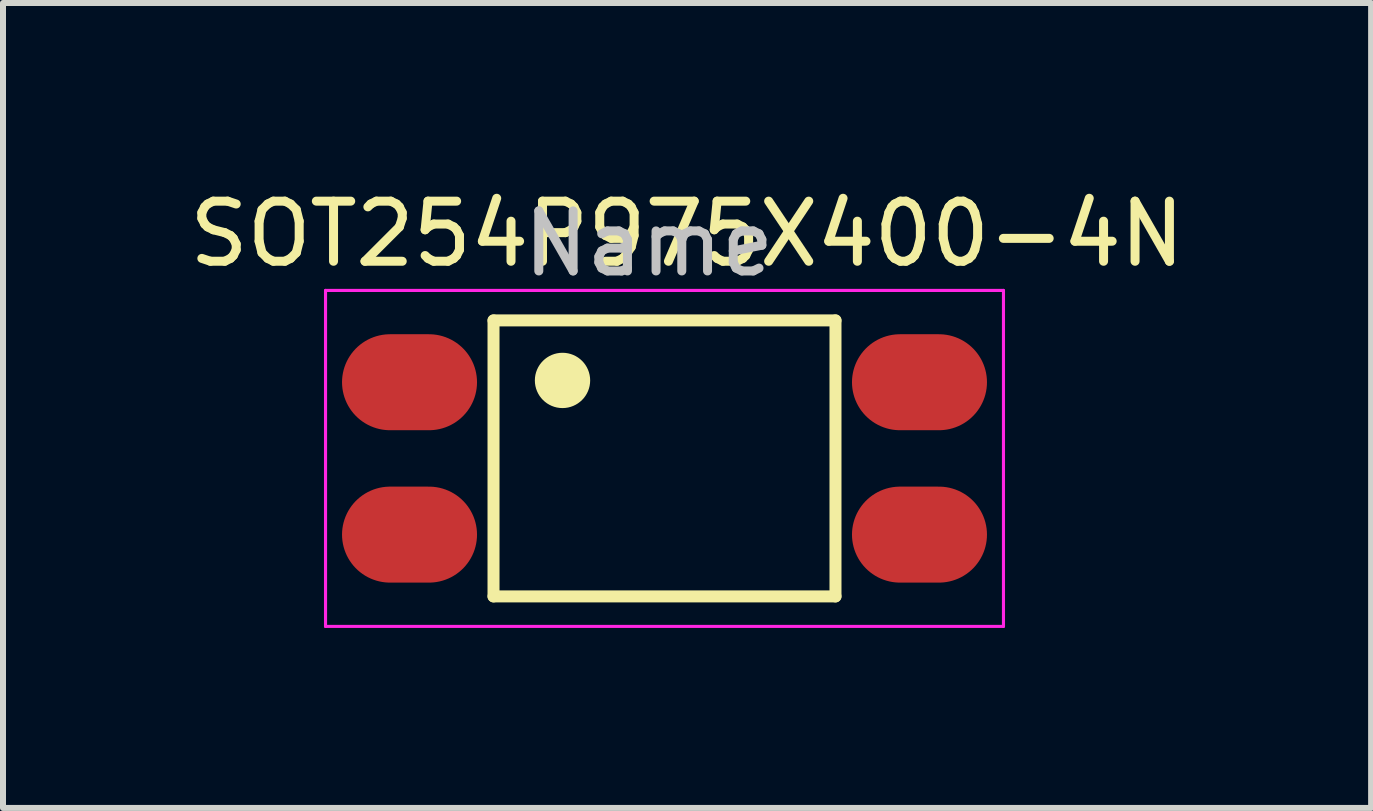
<source format=kicad_pcb>
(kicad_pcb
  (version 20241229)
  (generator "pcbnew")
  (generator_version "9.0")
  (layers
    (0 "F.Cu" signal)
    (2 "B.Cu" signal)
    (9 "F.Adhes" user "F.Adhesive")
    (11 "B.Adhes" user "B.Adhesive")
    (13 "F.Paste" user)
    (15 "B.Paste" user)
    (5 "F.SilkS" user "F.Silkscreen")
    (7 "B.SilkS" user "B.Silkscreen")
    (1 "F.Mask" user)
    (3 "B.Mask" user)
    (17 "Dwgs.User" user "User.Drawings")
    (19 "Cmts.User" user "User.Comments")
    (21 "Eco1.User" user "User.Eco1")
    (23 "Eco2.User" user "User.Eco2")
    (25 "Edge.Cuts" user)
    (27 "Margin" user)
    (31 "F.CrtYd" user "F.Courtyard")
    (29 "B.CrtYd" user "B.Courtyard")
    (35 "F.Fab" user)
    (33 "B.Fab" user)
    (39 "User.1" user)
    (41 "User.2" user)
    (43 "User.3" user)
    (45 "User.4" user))
  (footprint "SOT254P975X400-4N"
    (layer "F.Cu")
    (at 8.026 4.591)
    (property "Reference" "SOT254P975X400-4N" (at 0.376 -3.742 0) (layer "F.SilkS") (effects (font (size 1.002 1.002) (thickness 0.15))))
    (attr smd)
    (fp_line (start -2.85 -2.3) (end 2.85 -2.3) (stroke (width 0.2) (type solid)) (layer "F.SilkS"))
    (fp_line (start -2.85 2.3) (end -2.85 -2.3) (stroke (width 0.2) (type solid)) (layer "F.SilkS"))
    (fp_line (start 2.85 -2.3) (end 2.85 2.3) (stroke (width 0.2) (type solid)) (layer "F.SilkS"))
    (fp_line (start 2.85 2.3) (end -2.85 2.3) (stroke (width 0.2) (type solid)) (layer "F.SilkS"))
    (fp_circle (center -1.7 -1.3) (end -1.339 -1.3) (stroke (width 0.2) (type solid)) (fill no) (layer "F.SilkS"))
    (fp_poly (pts (xy -2.001 -1.6) (xy -1.4 -1.6) (xy -1.4 -1.001) (xy -2.001 -1.001)) (stroke (width 0.01) (type solid)) (fill yes) (layer "F.SilkS"))
    (fp_line (start -5.65 -2.8) (end 5.65 -2.8) (stroke (width 0.052) (type solid)) (layer "F.CrtYd"))
    (fp_line (start -5.65 2.8) (end -5.65 -2.8) (stroke (width 0.052) (type solid)) (layer "F.CrtYd"))
    (fp_line (start 5.65 -2.8) (end 5.65 2.8) (stroke (width 0.052) (type solid)) (layer "F.CrtYd"))
    (fp_line (start 5.65 2.8) (end -5.65 2.8) (stroke (width 0.052) (type solid)) (layer "F.CrtYd"))
    (fp_text user "Name" (at -0.26 -3.58 0) (layer "Dwgs.User") (effects (font (size 1.001 1.001) (thickness 0.15))))
    (pad "1" smd oval (at -4.25 -1.27) (size 2.25 1.6) (layers "F.Cu" "F.Mask" "F.Paste"))
    (pad "2" smd oval (at -4.25 1.27) (size 2.25 1.6) (layers "F.Cu" "F.Mask" "F.Paste"))
    (pad "3" smd oval (at 4.25 1.27) (size 2.25 1.6) (layers "F.Cu" "F.Mask" "F.Paste"))
    (pad "4" smd oval (at 4.25 -1.27) (size 2.25 1.6) (layers "F.Cu" "F.Mask" "F.Paste")))
  (gr_rect
    (start -3 -3)
    (end 19.804 10.417)
    (stroke (width 0.1) (type default))
    (fill no)
    (layer "Edge.Cuts")))
</source>
